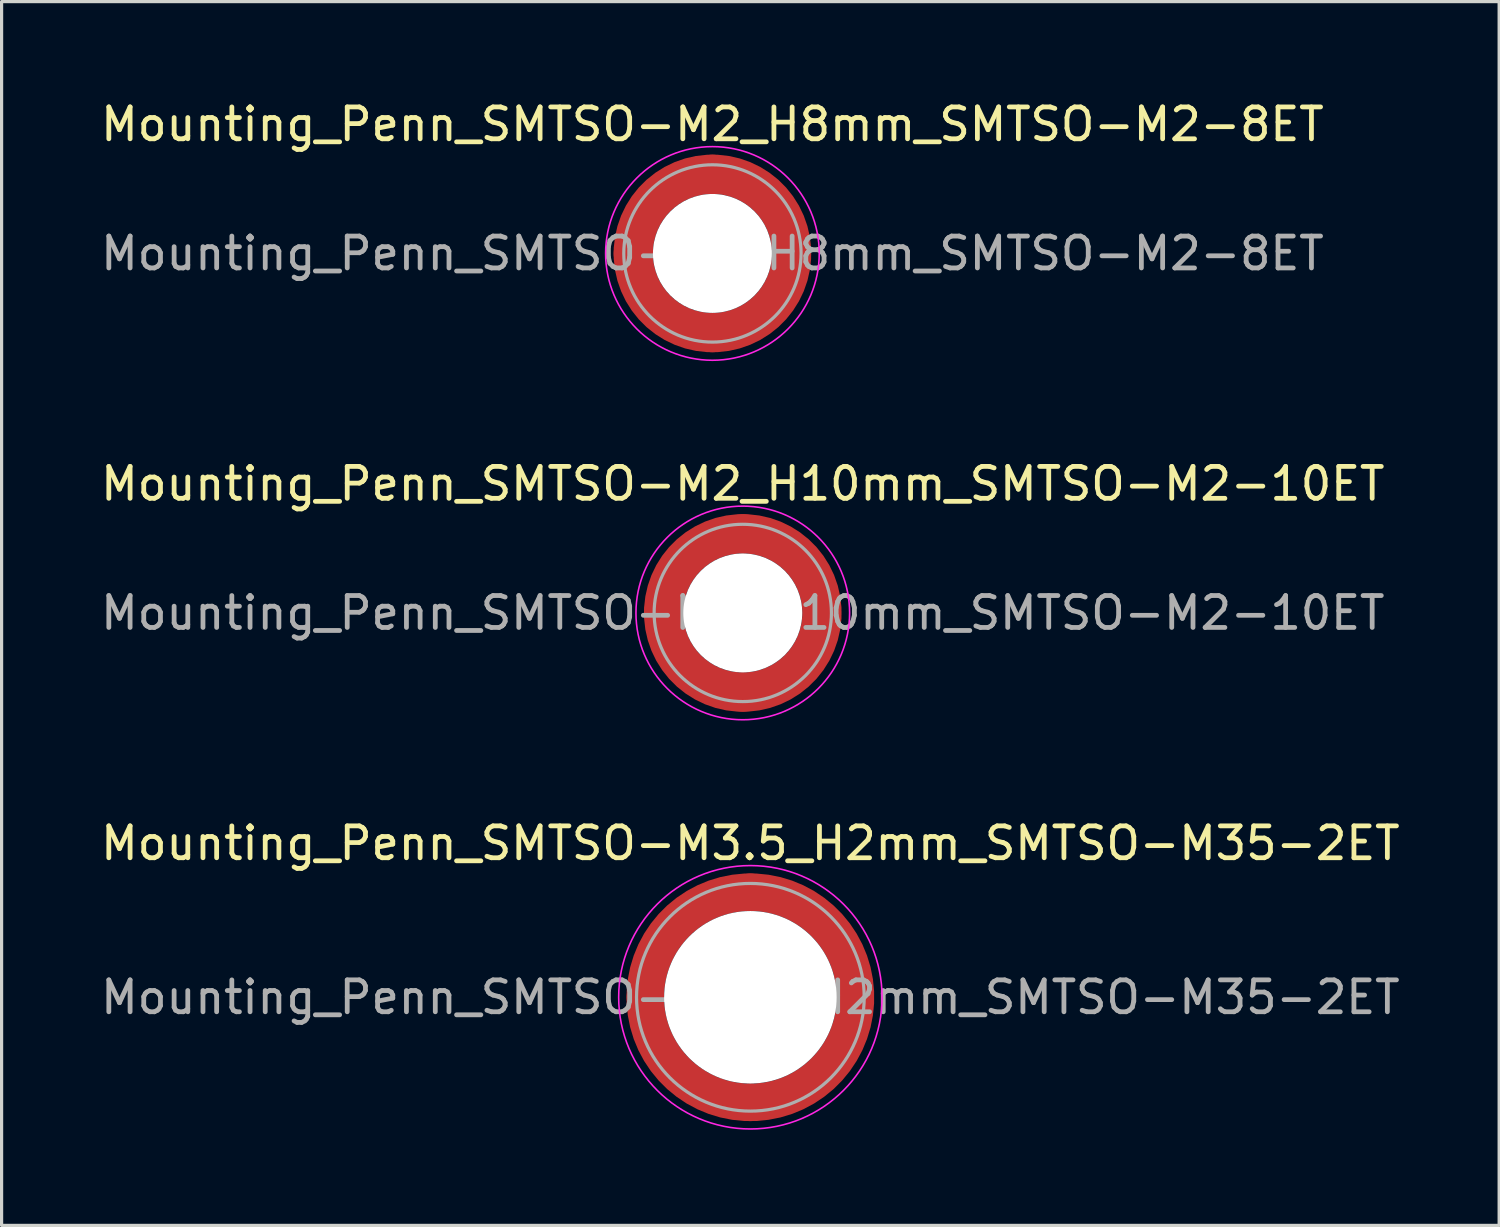
<source format=kicad_pcb>
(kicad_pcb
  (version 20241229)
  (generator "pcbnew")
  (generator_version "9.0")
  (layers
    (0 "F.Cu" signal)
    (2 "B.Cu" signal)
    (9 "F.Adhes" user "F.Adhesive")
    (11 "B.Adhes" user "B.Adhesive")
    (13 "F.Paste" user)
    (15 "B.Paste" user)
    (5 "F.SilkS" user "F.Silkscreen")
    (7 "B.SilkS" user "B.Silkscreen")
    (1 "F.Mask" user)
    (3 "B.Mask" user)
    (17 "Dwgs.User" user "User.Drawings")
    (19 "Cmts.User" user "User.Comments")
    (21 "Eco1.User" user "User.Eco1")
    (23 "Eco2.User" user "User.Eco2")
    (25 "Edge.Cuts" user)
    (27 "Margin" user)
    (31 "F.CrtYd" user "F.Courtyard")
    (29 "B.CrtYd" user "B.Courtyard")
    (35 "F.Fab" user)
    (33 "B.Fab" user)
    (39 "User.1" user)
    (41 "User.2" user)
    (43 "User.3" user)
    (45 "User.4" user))
  (footprint "Mounting_Penn_SMTSO-M2_H10mm_SMTSO-M2-10ET"
    (layer "F.Cu")
    (at 20.244 16.172)
    (property "Reference" "Mounting_Penn_SMTSO-M2_H10mm_SMTSO-M2-10ET" (at 0 -4.05 0) (layer "F.SilkS") (effects (font (size 1 1) (thickness 0.15))))
    (attr smd)
    (fp_circle (center 0 0) (end 3.35 0) (stroke (width 0.05) (type solid)) (fill no) (layer "F.CrtYd"))
    (fp_circle (center 0 0) (end 2.78 0) (stroke (width 0.1) (type solid)) (fill no) (layer "F.Fab"))
    (fp_text user "${REFERENCE}" (at 0 0 0) (layer "F.Fab") (effects (font (size 1 1) (thickness 0.15))))
    (pad "" smd custom (at -1.755 -1.755) (size 0.517 0.517) (layers "F.Paste") (options (anchor circle)) (primitives (gr_arc (start -0.287699 1.455393) (mid 0.295218 0.295218) (end 1.455393 -0.287699) (width 0.2)) (gr_arc (start -0.381429 1.455393) (mid 0.229613 0.229613) (end 1.455393 -0.381429) (width 0.2)) (gr_arc (start -0.475078 1.455393) (mid 0.16401 0.16401) (end 1.455393 -0.475078) (width 0.2)) (gr_arc (start -0.568658 1.455393) (mid 0.098406 0.098406) (end 1.455393 -0.568658) (width 0.2)) (gr_arc (start -0.662176 1.455393) (mid 0.032802 0.032802) (end 1.455393 -0.662176) (width 0.2)) (gr_arc (start -0.755639 1.455393) (mid -0.032802 -0.032802) (end 1.455393 -0.755639) (width 0.2)) (gr_arc (start -0.849053 1.455393) (mid -0.098406 -0.098406) (end 1.455393 -0.849053) (width 0.2)) (gr_arc (start -0.942423 1.455393) (mid -0.164009 -0.164009) (end 1.455393 -0.942423) (width 0.2)) (gr_arc (start -1.035754 1.455393) (mid -0.229613 -0.229613) (end 1.455393 -1.035754) (width 0.2)) (gr_arc (start -1.129048 1.455393) (mid -0.295217 -0.295217) (end 1.455393 -1.129048) (width 0.2)) (gr_arc (start -1.129048 1.455393) (mid -0.295217 -0.295217) (end 1.455393 -1.129048) (width 0.2)) (gr_line (start 1.455 -0.288) (end 1.455 -1.129) (width 0.2)) (gr_line (start -0.288 1.455) (end -1.129 1.455) (width 0.2))))
    (pad "" smd custom (at -1.755 1.755) (size 0.517 0.517) (layers "F.Paste") (options (anchor circle)) (primitives (gr_arc (start 1.455393 0.287699) (mid 0.295218 -0.295218) (end -0.287699 -1.455393) (width 0.2)) (gr_arc (start 1.455393 0.381429) (mid 0.229613 -0.229613) (end -0.381429 -1.455393) (width 0.2)) (gr_arc (start 1.455393 0.475078) (mid 0.16401 -0.16401) (end -0.475078 -1.455393) (width 0.2)) (gr_arc (start 1.455393 0.568658) (mid 0.098406 -0.098406) (end -0.568658 -1.455393) (width 0.2)) (gr_arc (start 1.455393 0.662176) (mid 0.032802 -0.032802) (end -0.662176 -1.455393) (width 0.2)) (gr_arc (start 1.455393 0.755639) (mid -0.032802 0.032802) (end -0.755639 -1.455393) (width 0.2)) (gr_arc (start 1.455393 0.849053) (mid -0.098406 0.098406) (end -0.849053 -1.455393) (width 0.2)) (gr_arc (start 1.455393 0.942423) (mid -0.164009 0.164009) (end -0.942423 -1.455393) (width 0.2)) (gr_arc (start 1.455393 1.035754) (mid -0.229613 0.229613) (end -1.035754 -1.455393) (width 0.2)) (gr_arc (start 1.455393 1.129048) (mid -0.295217 0.295217) (end -1.129048 -1.455393) (width 0.2)) (gr_arc (start 1.455393 1.129048) (mid -0.295217 0.295217) (end -1.129048 -1.455393) (width 0.2)) (gr_line (start -0.288 -1.455) (end -1.129 -1.455) (width 0.2)) (gr_line (start 1.455 0.288) (end 1.455 1.129) (width 0.2))))
    (pad "" np_thru_hole circle (at 0 0) (size 3.73 3.73) (drill 3.73) (layers "*.Cu" "*.Mask"))
    (pad "" smd custom (at 1.755 -1.755) (size 0.517 0.517) (layers "F.Paste") (options (anchor circle)) (primitives (gr_arc (start -1.455393 -0.287699) (mid -0.295218 0.295218) (end 0.287699 1.455393) (width 0.2)) (gr_arc (start -1.455393 -0.381429) (mid -0.229613 0.229613) (end 0.381429 1.455393) (width 0.2)) (gr_arc (start -1.455393 -0.475078) (mid -0.16401 0.16401) (end 0.475078 1.455393) (width 0.2)) (gr_arc (start -1.455393 -0.568658) (mid -0.098406 0.098406) (end 0.568658 1.455393) (width 0.2)) (gr_arc (start -1.455393 -0.662176) (mid -0.032802 0.032802) (end 0.662176 1.455393) (width 0.2)) (gr_arc (start -1.455393 -0.755639) (mid 0.032802 -0.032802) (end 0.755639 1.455393) (width 0.2)) (gr_arc (start -1.455393 -0.849053) (mid 0.098406 -0.098406) (end 0.849053 1.455393) (width 0.2)) (gr_arc (start -1.455393 -0.942423) (mid 0.164009 -0.164009) (end 0.942423 1.455393) (width 0.2)) (gr_arc (start -1.455393 -1.035754) (mid 0.229613 -0.229613) (end 1.035754 1.455393) (width 0.2)) (gr_arc (start -1.455393 -1.129048) (mid 0.295217 -0.295217) (end 1.129048 1.455393) (width 0.2)) (gr_arc (start -1.455393 -1.129048) (mid 0.295217 -0.295217) (end 1.129048 1.455393) (width 0.2)) (gr_line (start 0.288 1.455) (end 1.129 1.455) (width 0.2)) (gr_line (start -1.455 -0.288) (end -1.455 -1.129) (width 0.2))))
    (pad "" smd custom (at 1.755 1.755) (size 0.517 0.517) (layers "F.Paste") (options (anchor circle)) (primitives (gr_arc (start 0.287699 -1.455393) (mid -0.295218 -0.295218) (end -1.455393 0.287699) (width 0.2)) (gr_arc (start 0.381429 -1.455393) (mid -0.229613 -0.229613) (end -1.455393 0.381429) (width 0.2)) (gr_arc (start 0.475078 -1.455393) (mid -0.16401 -0.16401) (end -1.455393 0.475078) (width 0.2)) (gr_arc (start 0.568658 -1.455393) (mid -0.098406 -0.098406) (end -1.455393 0.568658) (width 0.2)) (gr_arc (start 0.662176 -1.455393) (mid -0.032802 -0.032802) (end -1.455393 0.662176) (width 0.2)) (gr_arc (start 0.755639 -1.455393) (mid 0.032802 0.032802) (end -1.455393 0.755639) (width 0.2)) (gr_arc (start 0.849053 -1.455393) (mid 0.098406 0.098406) (end -1.455393 0.849053) (width 0.2)) (gr_arc (start 0.942423 -1.455393) (mid 0.164009 0.164009) (end -1.455393 0.942423) (width 0.2)) (gr_arc (start 1.035754 -1.455393) (mid 0.229613 0.229613) (end -1.455393 1.035754) (width 0.2)) (gr_arc (start 1.129048 -1.455393) (mid 0.295217 0.295217) (end -1.455393 1.129048) (width 0.2)) (gr_arc (start 1.129048 -1.455393) (mid 0.295217 0.295217) (end -1.455393 1.129048) (width 0.2)) (gr_line (start -1.455 0.288) (end -1.455 1.129) (width 0.2)) (gr_line (start 0.288 -1.455) (end 1.129 -1.455) (width 0.2))))
    (pad "1" smd circle (at -2.482 0) (size 1.235 1.235) (layers "F.Cu"))
    (pad "1" smd circle (at 0 -2.482) (size 1.235 1.235) (layers "F.Cu"))
    (pad "1" smd circle (at 0 2.482) (size 1.235 1.235) (layers "F.Cu"))
    (pad "1" smd custom (at 2.482 0) (size 1.235 1.235) (layers "F.Cu" "F.Mask") (options (anchor circle)) (primitives (gr_circle (center -2.482 0) (end 0 0) (width 1.235) (fill no)))))
  (footprint "Mounting_Penn_SMTSO-M3.5_H2mm_SMTSO-M35-2ET"
    (layer "F.Cu")
    (at 20.482 28.225)
    (property "Reference" "Mounting_Penn_SMTSO-M3.5_H2mm_SMTSO-M35-2ET" (at 0 -4.83 0) (layer "F.SilkS") (effects (font (size 1 1) (thickness 0.15))))
    (attr smd)
    (fp_circle (center 0 0) (end 4.13 0) (stroke (width 0.05) (type solid)) (fill no) (layer "F.CrtYd"))
    (fp_circle (center 0 0) (end 3.57 0) (stroke (width 0.1) (type solid)) (fill no) (layer "F.Fab"))
    (fp_text user "${REFERENCE}" (at 0 0 0) (layer "F.Fab") (effects (font (size 1 1) (thickness 0.15))))
    (pad "" smd custom (at -2.33 -2.33) (size 0.49 0.49) (layers "F.Paste") (options (anchor circle)) (primitives (gr_arc (start -0.559551 2.029917) (mid 0.275772 0.275772) (end 2.029917 -0.559551) (width 0.2)) (gr_arc (start -0.657558 2.029917) (mid 0.206829 0.206829) (end 2.029917 -0.657558) (width 0.2)) (gr_arc (start -0.755533 2.029917) (mid 0.137886 0.137886) (end 2.029917 -0.755533) (width 0.2)) (gr_arc (start -0.853479 2.029917) (mid 0.068943 0.068943) (end 2.029917 -0.853479) (width 0.2)) (gr_arc (start -0.951398 2.029917) (mid 0 0) (end 2.029917 -0.951398) (width 0.2)) (gr_arc (start -1.049293 2.029917) (mid -0.068943 -0.068943) (end 2.029917 -1.049293) (width 0.2)) (gr_arc (start -1.147165 2.029917) (mid -0.137886 -0.137886) (end 2.029917 -1.147165) (width 0.2)) (gr_arc (start -1.245018 2.029917) (mid -0.206829 -0.206829) (end 2.029917 -1.245018) (width 0.2)) (gr_arc (start -1.342851 2.029917) (mid -0.275771 -0.275771) (end 2.029917 -1.342851) (width 0.2)) (gr_line (start 2.03 -0.56) (end 2.03 -1.343) (width 0.2)) (gr_line (start -0.56 2.03) (end -1.343 2.03) (width 0.2))))
    (pad "" smd custom (at -2.33 2.33) (size 0.49 0.49) (layers "F.Paste") (options (anchor circle)) (primitives (gr_arc (start 2.029917 0.559551) (mid 0.275772 -0.275772) (end -0.559551 -2.029917) (width 0.2)) (gr_arc (start 2.029917 0.657558) (mid 0.206829 -0.206829) (end -0.657558 -2.029917) (width 0.2)) (gr_arc (start 2.029917 0.755533) (mid 0.137886 -0.137886) (end -0.755533 -2.029917) (width 0.2)) (gr_arc (start 2.029917 0.853479) (mid 0.068943 -0.068943) (end -0.853479 -2.029917) (width 0.2)) (gr_arc (start 2.029917 0.951398) (mid 0 0) (end -0.951398 -2.029917) (width 0.2)) (gr_arc (start 2.029917 1.049293) (mid -0.068943 0.068943) (end -1.049293 -2.029917) (width 0.2)) (gr_arc (start 2.029917 1.147165) (mid -0.137886 0.137886) (end -1.147165 -2.029917) (width 0.2)) (gr_arc (start 2.029917 1.245018) (mid -0.206829 0.206829) (end -1.245018 -2.029917) (width 0.2)) (gr_arc (start 2.029917 1.342851) (mid -0.275771 0.275771) (end -1.342851 -2.029917) (width 0.2)) (gr_line (start -0.56 -2.03) (end -1.343 -2.03) (width 0.2)) (gr_line (start 2.03 0.56) (end 2.03 1.343) (width 0.2))))
    (pad "" np_thru_hole circle (at 0 0) (size 5.41 5.41) (drill 5.41) (layers "*.Cu" "*.Mask"))
    (pad "" smd custom (at 2.33 -2.33) (size 0.49 0.49) (layers "F.Paste") (options (anchor circle)) (primitives (gr_arc (start -2.029917 -0.559551) (mid -0.275772 0.275772) (end 0.559551 2.029917) (width 0.2)) (gr_arc (start -2.029917 -0.657558) (mid -0.206829 0.206829) (end 0.657558 2.029917) (width 0.2)) (gr_arc (start -2.029917 -0.755533) (mid -0.137886 0.137886) (end 0.755533 2.029917) (width 0.2)) (gr_arc (start -2.029917 -0.853479) (mid -0.068943 0.068943) (end 0.853479 2.029917) (width 0.2)) (gr_arc (start -2.029917 -0.951398) (mid 0 0) (end 0.951398 2.029917) (width 0.2)) (gr_arc (start -2.029917 -1.049293) (mid 0.068943 -0.068943) (end 1.049293 2.029917) (width 0.2)) (gr_arc (start -2.029917 -1.147165) (mid 0.137886 -0.137886) (end 1.147165 2.029917) (width 0.2)) (gr_arc (start -2.029917 -1.245018) (mid 0.206829 -0.206829) (end 1.245018 2.029917) (width 0.2)) (gr_arc (start -2.029917 -1.342851) (mid 0.275771 -0.275771) (end 1.342851 2.029917) (width 0.2)) (gr_line (start 0.56 2.03) (end 1.343 2.03) (width 0.2)) (gr_line (start -2.03 -0.56) (end -2.03 -1.343) (width 0.2))))
    (pad "" smd custom (at 2.33 2.33) (size 0.49 0.49) (layers "F.Paste") (options (anchor circle)) (primitives (gr_arc (start 0.559551 -2.029917) (mid -0.275772 -0.275772) (end -2.029917 0.559551) (width 0.2)) (gr_arc (start 0.657558 -2.029917) (mid -0.206829 -0.206829) (end -2.029917 0.657558) (width 0.2)) (gr_arc (start 0.755533 -2.029917) (mid -0.137886 -0.137886) (end -2.029917 0.755533) (width 0.2)) (gr_arc (start 0.853479 -2.029917) (mid -0.068943 -0.068943) (end -2.029917 0.853479) (width 0.2)) (gr_arc (start 0.951398 -2.029917) (mid 0 0) (end -2.029917 0.951398) (width 0.2)) (gr_arc (start 1.049293 -2.029917) (mid 0.068943 0.068943) (end -2.029917 1.049293) (width 0.2)) (gr_arc (start 1.147165 -2.029917) (mid 0.137886 0.137886) (end -2.029917 1.147165) (width 0.2)) (gr_arc (start 1.245018 -2.029917) (mid 0.206829 0.206829) (end -2.029917 1.245018) (width 0.2)) (gr_arc (start 1.342851 -2.029917) (mid 0.275771 0.275771) (end -2.029917 1.342851) (width 0.2)) (gr_line (start -2.03 0.56) (end -2.03 1.343) (width 0.2)) (gr_line (start 0.56 -2.03) (end 1.343 -2.03) (width 0.2))))
    (pad "1" smd circle (at -3.295 0) (size 1.18 1.18) (layers "F.Cu"))
    (pad "1" smd circle (at 0 -3.295) (size 1.18 1.18) (layers "F.Cu"))
    (pad "1" smd circle (at 0 3.295) (size 1.18 1.18) (layers "F.Cu"))
    (pad "1" smd custom (at 3.295 0) (size 1.18 1.18) (layers "F.Cu" "F.Mask") (options (anchor circle)) (primitives (gr_circle (center -3.295 0) (end 0 0) (width 1.18) (fill no)))))
  (footprint "Mounting_Penn_SMTSO-M2_H8mm_SMTSO-M2-8ET"
    (layer "F.Cu")
    (at 19.292 4.898)
    (property "Reference" "Mounting_Penn_SMTSO-M2_H8mm_SMTSO-M2-8ET" (at 0 -4.05 0) (layer "F.SilkS") (effects (font (size 1 1) (thickness 0.15))))
    (attr smd)
    (fp_circle (center 0 0) (end 3.35 0) (stroke (width 0.05) (type solid)) (fill no) (layer "F.CrtYd"))
    (fp_circle (center 0 0) (end 2.78 0) (stroke (width 0.1) (type solid)) (fill no) (layer "F.Fab"))
    (fp_text user "${REFERENCE}" (at 0 0 0) (layer "F.Fab") (effects (font (size 1 1) (thickness 0.15))))
    (pad "" smd custom (at -1.755 -1.755) (size 0.517 0.517) (layers "F.Paste") (options (anchor circle)) (primitives (gr_arc (start -0.287699 1.455393) (mid 0.295218 0.295218) (end 1.455393 -0.287699) (width 0.2)) (gr_arc (start -0.381429 1.455393) (mid 0.229613 0.229613) (end 1.455393 -0.381429) (width 0.2)) (gr_arc (start -0.475078 1.455393) (mid 0.16401 0.16401) (end 1.455393 -0.475078) (width 0.2)) (gr_arc (start -0.568658 1.455393) (mid 0.098406 0.098406) (end 1.455393 -0.568658) (width 0.2)) (gr_arc (start -0.662176 1.455393) (mid 0.032802 0.032802) (end 1.455393 -0.662176) (width 0.2)) (gr_arc (start -0.755639 1.455393) (mid -0.032802 -0.032802) (end 1.455393 -0.755639) (width 0.2)) (gr_arc (start -0.849053 1.455393) (mid -0.098406 -0.098406) (end 1.455393 -0.849053) (width 0.2)) (gr_arc (start -0.942423 1.455393) (mid -0.164009 -0.164009) (end 1.455393 -0.942423) (width 0.2)) (gr_arc (start -1.035754 1.455393) (mid -0.229613 -0.229613) (end 1.455393 -1.035754) (width 0.2)) (gr_arc (start -1.129048 1.455393) (mid -0.295217 -0.295217) (end 1.455393 -1.129048) (width 0.2)) (gr_arc (start -1.129048 1.455393) (mid -0.295217 -0.295217) (end 1.455393 -1.129048) (width 0.2)) (gr_line (start 1.455 -0.288) (end 1.455 -1.129) (width 0.2)) (gr_line (start -0.288 1.455) (end -1.129 1.455) (width 0.2))))
    (pad "" smd custom (at -1.755 1.755) (size 0.517 0.517) (layers "F.Paste") (options (anchor circle)) (primitives (gr_arc (start 1.455393 0.287699) (mid 0.295218 -0.295218) (end -0.287699 -1.455393) (width 0.2)) (gr_arc (start 1.455393 0.381429) (mid 0.229613 -0.229613) (end -0.381429 -1.455393) (width 0.2)) (gr_arc (start 1.455393 0.475078) (mid 0.16401 -0.16401) (end -0.475078 -1.455393) (width 0.2)) (gr_arc (start 1.455393 0.568658) (mid 0.098406 -0.098406) (end -0.568658 -1.455393) (width 0.2)) (gr_arc (start 1.455393 0.662176) (mid 0.032802 -0.032802) (end -0.662176 -1.455393) (width 0.2)) (gr_arc (start 1.455393 0.755639) (mid -0.032802 0.032802) (end -0.755639 -1.455393) (width 0.2)) (gr_arc (start 1.455393 0.849053) (mid -0.098406 0.098406) (end -0.849053 -1.455393) (width 0.2)) (gr_arc (start 1.455393 0.942423) (mid -0.164009 0.164009) (end -0.942423 -1.455393) (width 0.2)) (gr_arc (start 1.455393 1.035754) (mid -0.229613 0.229613) (end -1.035754 -1.455393) (width 0.2)) (gr_arc (start 1.455393 1.129048) (mid -0.295217 0.295217) (end -1.129048 -1.455393) (width 0.2)) (gr_arc (start 1.455393 1.129048) (mid -0.295217 0.295217) (end -1.129048 -1.455393) (width 0.2)) (gr_line (start -0.288 -1.455) (end -1.129 -1.455) (width 0.2)) (gr_line (start 1.455 0.288) (end 1.455 1.129) (width 0.2))))
    (pad "" np_thru_hole circle (at 0 0) (size 3.73 3.73) (drill 3.73) (layers "*.Cu" "*.Mask"))
    (pad "" smd custom (at 1.755 -1.755) (size 0.517 0.517) (layers "F.Paste") (options (anchor circle)) (primitives (gr_arc (start -1.455393 -0.287699) (mid -0.295218 0.295218) (end 0.287699 1.455393) (width 0.2)) (gr_arc (start -1.455393 -0.381429) (mid -0.229613 0.229613) (end 0.381429 1.455393) (width 0.2)) (gr_arc (start -1.455393 -0.475078) (mid -0.16401 0.16401) (end 0.475078 1.455393) (width 0.2)) (gr_arc (start -1.455393 -0.568658) (mid -0.098406 0.098406) (end 0.568658 1.455393) (width 0.2)) (gr_arc (start -1.455393 -0.662176) (mid -0.032802 0.032802) (end 0.662176 1.455393) (width 0.2)) (gr_arc (start -1.455393 -0.755639) (mid 0.032802 -0.032802) (end 0.755639 1.455393) (width 0.2)) (gr_arc (start -1.455393 -0.849053) (mid 0.098406 -0.098406) (end 0.849053 1.455393) (width 0.2)) (gr_arc (start -1.455393 -0.942423) (mid 0.164009 -0.164009) (end 0.942423 1.455393) (width 0.2)) (gr_arc (start -1.455393 -1.035754) (mid 0.229613 -0.229613) (end 1.035754 1.455393) (width 0.2)) (gr_arc (start -1.455393 -1.129048) (mid 0.295217 -0.295217) (end 1.129048 1.455393) (width 0.2)) (gr_arc (start -1.455393 -1.129048) (mid 0.295217 -0.295217) (end 1.129048 1.455393) (width 0.2)) (gr_line (start 0.288 1.455) (end 1.129 1.455) (width 0.2)) (gr_line (start -1.455 -0.288) (end -1.455 -1.129) (width 0.2))))
    (pad "" smd custom (at 1.755 1.755) (size 0.517 0.517) (layers "F.Paste") (options (anchor circle)) (primitives (gr_arc (start 0.287699 -1.455393) (mid -0.295218 -0.295218) (end -1.455393 0.287699) (width 0.2)) (gr_arc (start 0.381429 -1.455393) (mid -0.229613 -0.229613) (end -1.455393 0.381429) (width 0.2)) (gr_arc (start 0.475078 -1.455393) (mid -0.16401 -0.16401) (end -1.455393 0.475078) (width 0.2)) (gr_arc (start 0.568658 -1.455393) (mid -0.098406 -0.098406) (end -1.455393 0.568658) (width 0.2)) (gr_arc (start 0.662176 -1.455393) (mid -0.032802 -0.032802) (end -1.455393 0.662176) (width 0.2)) (gr_arc (start 0.755639 -1.455393) (mid 0.032802 0.032802) (end -1.455393 0.755639) (width 0.2)) (gr_arc (start 0.849053 -1.455393) (mid 0.098406 0.098406) (end -1.455393 0.849053) (width 0.2)) (gr_arc (start 0.942423 -1.455393) (mid 0.164009 0.164009) (end -1.455393 0.942423) (width 0.2)) (gr_arc (start 1.035754 -1.455393) (mid 0.229613 0.229613) (end -1.455393 1.035754) (width 0.2)) (gr_arc (start 1.129048 -1.455393) (mid 0.295217 0.295217) (end -1.455393 1.129048) (width 0.2)) (gr_arc (start 1.129048 -1.455393) (mid 0.295217 0.295217) (end -1.455393 1.129048) (width 0.2)) (gr_line (start -1.455 0.288) (end -1.455 1.129) (width 0.2)) (gr_line (start 0.288 -1.455) (end 1.129 -1.455) (width 0.2))))
    (pad "1" smd circle (at -2.482 0) (size 1.235 1.235) (layers "F.Cu"))
    (pad "1" smd circle (at 0 -2.482) (size 1.235 1.235) (layers "F.Cu"))
    (pad "1" smd circle (at 0 2.482) (size 1.235 1.235) (layers "F.Cu"))
    (pad "1" smd custom (at 2.482 0) (size 1.235 1.235) (layers "F.Cu" "F.Mask") (options (anchor circle)) (primitives (gr_circle (center -2.482 0) (end 0 0) (width 1.235) (fill no)))))
  (gr_rect
    (start -3 -3)
    (end 43.964 35.38)
    (stroke (width 0.1) (type default))
    (fill no)
    (layer "Edge.Cuts")))
</source>
